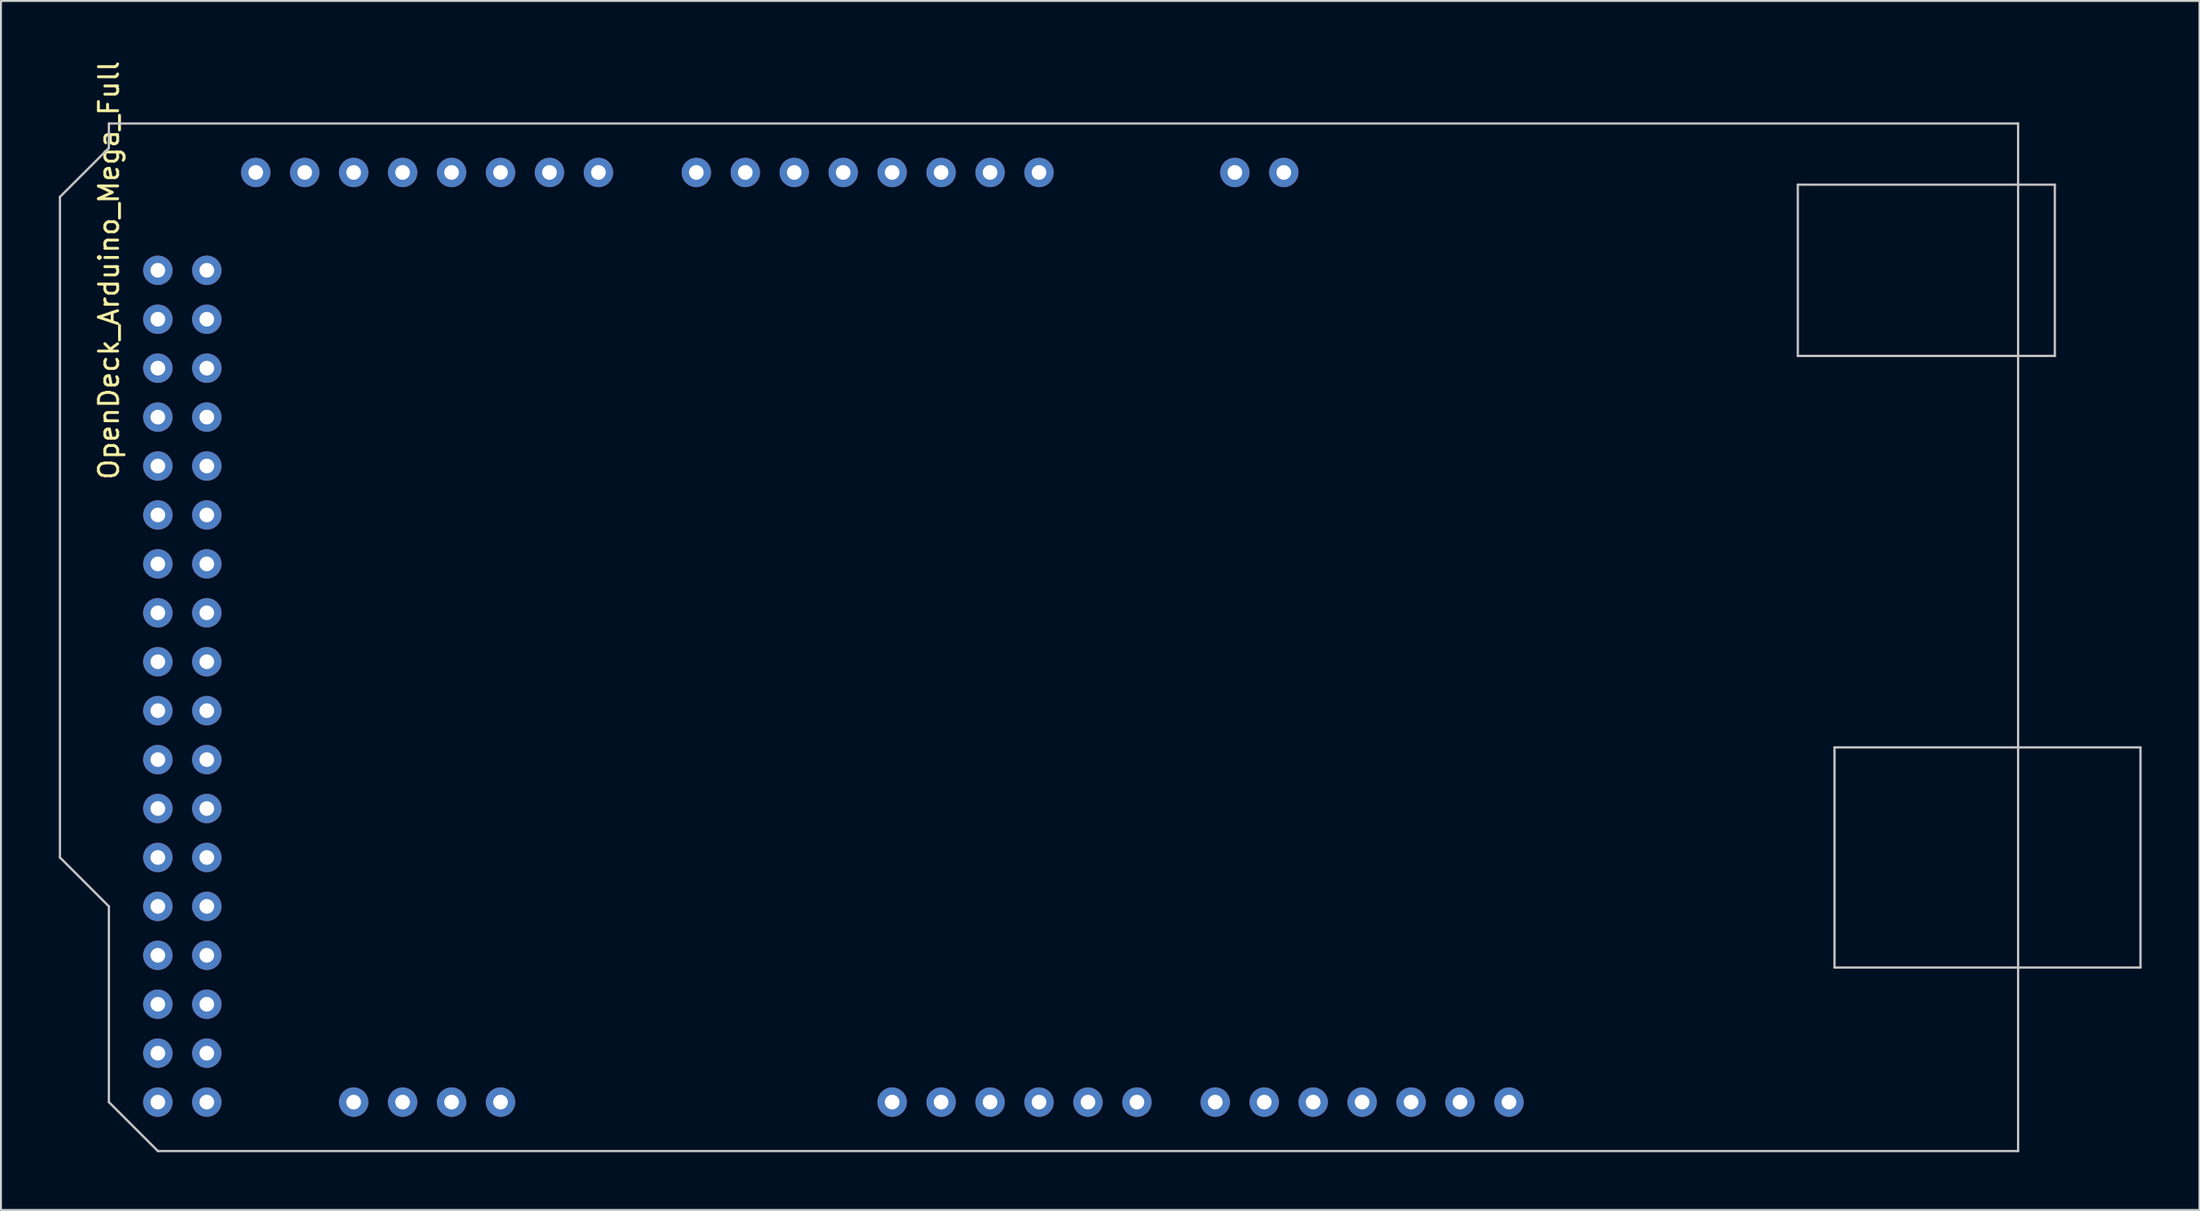
<source format=kicad_pcb>
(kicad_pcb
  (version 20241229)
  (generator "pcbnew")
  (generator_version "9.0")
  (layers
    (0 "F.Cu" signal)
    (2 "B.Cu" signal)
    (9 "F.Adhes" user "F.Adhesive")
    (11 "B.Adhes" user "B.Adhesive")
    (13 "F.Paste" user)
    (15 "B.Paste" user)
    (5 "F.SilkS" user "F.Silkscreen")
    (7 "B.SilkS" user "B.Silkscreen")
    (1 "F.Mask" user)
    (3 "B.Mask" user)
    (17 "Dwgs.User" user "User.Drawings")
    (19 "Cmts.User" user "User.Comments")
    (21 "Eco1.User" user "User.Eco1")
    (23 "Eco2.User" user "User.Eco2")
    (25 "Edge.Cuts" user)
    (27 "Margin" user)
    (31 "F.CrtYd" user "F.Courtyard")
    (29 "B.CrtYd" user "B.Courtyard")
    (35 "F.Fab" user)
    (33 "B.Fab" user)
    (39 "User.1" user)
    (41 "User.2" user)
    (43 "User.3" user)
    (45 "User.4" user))
  (footprint "OpenDeck_Arduino_Mega_Full"
    (layer "F.Cu")
    (at 101.66 3.362)
    (property "Reference" "OpenDeck_Arduino_Mega_Full" (at -99.06 7.62 90) (layer "F.SilkS") (effects (font (size 1 1) (thickness 0.15))))
    (attr through_hole)
    (fp_line (start -101.6 3.81) (end -101.6 38.1) (stroke (width 0.12) (type solid)) (layer "Dwgs.User"))
    (fp_line (start -101.6 38.1) (end -99.06 40.64) (stroke (width 0.12) (type solid)) (layer "Dwgs.User"))
    (fp_line (start -99.06 0) (end -99.06 1.27) (stroke (width 0.12) (type solid)) (layer "Dwgs.User"))
    (fp_line (start -99.06 1.27) (end -101.6 3.81) (stroke (width 0.12) (type solid)) (layer "Dwgs.User"))
    (fp_line (start -99.06 40.64) (end -99.06 50.8) (stroke (width 0.12) (type solid)) (layer "Dwgs.User"))
    (fp_line (start -99.06 50.8) (end -96.52 53.34) (stroke (width 0.12) (type solid)) (layer "Dwgs.User"))
    (fp_line (start -96.52 53.34) (end 0 53.34) (stroke (width 0.12) (type solid)) (layer "Dwgs.User"))
    (fp_line (start -11.43 3.175) (end -11.43 12.065) (stroke (width 0.12) (type solid)) (layer "Dwgs.User"))
    (fp_line (start -11.43 12.065) (end 1.905 12.065) (stroke (width 0.12) (type solid)) (layer "Dwgs.User"))
    (fp_line (start -9.525 43.815) (end -9.525 32.385) (stroke (width 0.12) (type solid)) (layer "Dwgs.User"))
    (fp_line (start 0 0) (end -99.06 0) (stroke (width 0.12) (type solid)) (layer "Dwgs.User"))
    (fp_line (start 0 0) (end 0 53.34) (stroke (width 0.12) (type solid)) (layer "Dwgs.User"))
    (fp_line (start 1.905 3.175) (end -11.43 3.175) (stroke (width 0.12) (type solid)) (layer "Dwgs.User"))
    (fp_line (start 1.905 12.065) (end 1.905 3.175) (stroke (width 0.12) (type solid)) (layer "Dwgs.User"))
    (fp_line (start 6.35 32.385) (end -9.525 32.385) (stroke (width 0.12) (type solid)) (layer "Dwgs.User"))
    (fp_line (start 6.35 32.385) (end 6.35 43.815) (stroke (width 0.12) (type solid)) (layer "Dwgs.User"))
    (fp_line (start 6.35 43.815) (end -9.525 43.815) (stroke (width 0.12) (type solid)) (layer "Dwgs.User"))
    (fp_circle (center -96.52 2.54) (end -95.02 2.54) (stroke (width 0.102) (type solid)) (fill no) (layer "Eco2.User"))
    (fp_circle (center -90.17 50.8) (end -88.67 50.8) (stroke (width 0.102) (type solid)) (fill no) (layer "Eco2.User"))
    (fp_circle (center -66.04 7.62) (end -64.54 7.62) (stroke (width 0.102) (type solid)) (fill no) (layer "Eco2.User"))
    (fp_circle (center -66.04 35.56) (end -64.54 35.56) (stroke (width 0.102) (type solid)) (fill no) (layer "Eco2.User"))
    (fp_circle (center -15.24 50.8) (end -13.74 50.8) (stroke (width 0.102) (type solid)) (fill no) (layer "Eco2.User"))
    (fp_circle (center -13.97 2.54) (end -12.47 2.54) (stroke (width 0.102) (type solid)) (fill no) (layer "Eco2.User"))
    (pad "1" thru_hole circle (at -38.1 2.54) (size 1.524 1.524) (drill 0.762) (layers "*.Cu" "*.Mask"))
    (pad "2" thru_hole circle (at -40.64 2.54) (size 1.524 1.524) (drill 0.762) (layers "*.Cu" "*.Mask"))
    (pad "3" thru_hole circle (at -50.8 2.54) (size 1.524 1.524) (drill 0.762) (layers "*.Cu" "*.Mask"))
    (pad "4" thru_hole circle (at -53.34 2.54) (size 1.524 1.524) (drill 0.762) (layers "*.Cu" "*.Mask"))
    (pad "5" thru_hole circle (at -55.88 2.54) (size 1.524 1.524) (drill 0.762) (layers "*.Cu" "*.Mask"))
    (pad "6" thru_hole circle (at -58.42 2.54) (size 1.524 1.524) (drill 0.762) (layers "*.Cu" "*.Mask"))
    (pad "7" thru_hole circle (at -60.96 2.54) (size 1.524 1.524) (drill 0.762) (layers "*.Cu" "*.Mask"))
    (pad "8" thru_hole circle (at -63.5 2.54) (size 1.524 1.524) (drill 0.762) (layers "*.Cu" "*.Mask"))
    (pad "9" thru_hole circle (at -66.04 2.54) (size 1.524 1.524) (drill 0.762) (layers "*.Cu" "*.Mask"))
    (pad "10" thru_hole circle (at -68.58 2.54) (size 1.524 1.524) (drill 0.762) (layers "*.Cu" "*.Mask"))
    (pad "11" thru_hole circle (at -73.66 2.54) (size 1.524 1.524) (drill 0.762) (layers "*.Cu" "*.Mask"))
    (pad "12" thru_hole circle (at -76.2 2.54) (size 1.524 1.524) (drill 0.762) (layers "*.Cu" "*.Mask"))
    (pad "13" thru_hole circle (at -78.74 2.54) (size 1.524 1.524) (drill 0.762) (layers "*.Cu" "*.Mask"))
    (pad "14" thru_hole circle (at -81.28 2.54) (size 1.524 1.524) (drill 0.762) (layers "*.Cu" "*.Mask"))
    (pad "15" thru_hole circle (at -83.82 2.54) (size 1.524 1.524) (drill 0.762) (layers "*.Cu" "*.Mask"))
    (pad "16" thru_hole circle (at -86.36 2.54) (size 1.524 1.524) (drill 0.762) (layers "*.Cu" "*.Mask"))
    (pad "17" thru_hole circle (at -88.9 2.54) (size 1.524 1.524) (drill 0.762) (layers "*.Cu" "*.Mask"))
    (pad "18" thru_hole circle (at -91.44 2.54) (size 1.524 1.524) (drill 0.762) (layers "*.Cu" "*.Mask"))
    (pad "19" thru_hole circle (at -96.52 7.62) (size 1.524 1.524) (drill 0.762) (layers "*.Cu" "*.Mask"))
    (pad "20" thru_hole circle (at -93.98 7.62) (size 1.524 1.524) (drill 0.762) (layers "*.Cu" "*.Mask"))
    (pad "21" thru_hole circle (at -96.52 10.16) (size 1.524 1.524) (drill 0.762) (layers "*.Cu" "*.Mask"))
    (pad "22" thru_hole circle (at -93.98 10.16) (size 1.524 1.524) (drill 0.762) (layers "*.Cu" "*.Mask"))
    (pad "23" thru_hole circle (at -96.52 12.7) (size 1.524 1.524) (drill 0.762) (layers "*.Cu" "*.Mask"))
    (pad "24" thru_hole circle (at -93.98 12.7) (size 1.524 1.524) (drill 0.762) (layers "*.Cu" "*.Mask"))
    (pad "25" thru_hole circle (at -96.52 15.24) (size 1.524 1.524) (drill 0.762) (layers "*.Cu" "*.Mask"))
    (pad "26" thru_hole circle (at -93.98 15.24) (size 1.524 1.524) (drill 0.762) (layers "*.Cu" "*.Mask"))
    (pad "27" thru_hole circle (at -96.52 17.78) (size 1.524 1.524) (drill 0.762) (layers "*.Cu" "*.Mask"))
    (pad "28" thru_hole circle (at -93.98 17.78) (size 1.524 1.524) (drill 0.762) (layers "*.Cu" "*.Mask"))
    (pad "29" thru_hole circle (at -96.52 20.32) (size 1.524 1.524) (drill 0.762) (layers "*.Cu" "*.Mask"))
    (pad "30" thru_hole circle (at -93.98 20.32) (size 1.524 1.524) (drill 0.762) (layers "*.Cu" "*.Mask"))
    (pad "31" thru_hole circle (at -96.52 22.86) (size 1.524 1.524) (drill 0.762) (layers "*.Cu" "*.Mask"))
    (pad "32" thru_hole circle (at -93.98 22.86) (size 1.524 1.524) (drill 0.762) (layers "*.Cu" "*.Mask"))
    (pad "33" thru_hole circle (at -96.52 25.4) (size 1.524 1.524) (drill 0.762) (layers "*.Cu" "*.Mask"))
    (pad "34" thru_hole circle (at -93.98 25.4) (size 1.524 1.524) (drill 0.762) (layers "*.Cu" "*.Mask"))
    (pad "35" thru_hole circle (at -96.52 27.94) (size 1.524 1.524) (drill 0.762) (layers "*.Cu" "*.Mask"))
    (pad "36" thru_hole circle (at -93.98 27.94) (size 1.524 1.524) (drill 0.762) (layers "*.Cu" "*.Mask"))
    (pad "37" thru_hole circle (at -96.52 30.48) (size 1.524 1.524) (drill 0.762) (layers "*.Cu" "*.Mask"))
    (pad "38" thru_hole circle (at -93.98 30.48) (size 1.524 1.524) (drill 0.762) (layers "*.Cu" "*.Mask"))
    (pad "39" thru_hole circle (at -96.52 33.02) (size 1.524 1.524) (drill 0.762) (layers "*.Cu" "*.Mask"))
    (pad "40" thru_hole circle (at -93.98 33.02) (size 1.524 1.524) (drill 0.762) (layers "*.Cu" "*.Mask"))
    (pad "41" thru_hole circle (at -96.52 35.56) (size 1.524 1.524) (drill 0.762) (layers "*.Cu" "*.Mask"))
    (pad "42" thru_hole circle (at -93.98 35.56) (size 1.524 1.524) (drill 0.762) (layers "*.Cu" "*.Mask"))
    (pad "43" thru_hole circle (at -96.52 38.1) (size 1.524 1.524) (drill 0.762) (layers "*.Cu" "*.Mask"))
    (pad "44" thru_hole circle (at -93.98 38.1) (size 1.524 1.524) (drill 0.762) (layers "*.Cu" "*.Mask"))
    (pad "45" thru_hole circle (at -96.52 40.64) (size 1.524 1.524) (drill 0.762) (layers "*.Cu" "*.Mask"))
    (pad "46" thru_hole circle (at -93.98 40.64) (size 1.524 1.524) (drill 0.762) (layers "*.Cu" "*.Mask"))
    (pad "47" thru_hole circle (at -96.52 43.18) (size 1.524 1.524) (drill 0.762) (layers "*.Cu" "*.Mask"))
    (pad "48" thru_hole circle (at -93.98 43.18) (size 1.524 1.524) (drill 0.762) (layers "*.Cu" "*.Mask"))
    (pad "49" thru_hole circle (at -96.52 45.72) (size 1.524 1.524) (drill 0.762) (layers "*.Cu" "*.Mask"))
    (pad "50" thru_hole circle (at -93.98 45.72) (size 1.524 1.524) (drill 0.762) (layers "*.Cu" "*.Mask"))
    (pad "51" thru_hole circle (at -96.52 48.26) (size 1.524 1.524) (drill 0.762) (layers "*.Cu" "*.Mask"))
    (pad "52" thru_hole circle (at -93.98 48.26) (size 1.524 1.524) (drill 0.762) (layers "*.Cu" "*.Mask"))
    (pad "53" thru_hole circle (at -96.52 50.8) (size 1.524 1.524) (drill 0.762) (layers "*.Cu" "*.Mask"))
    (pad "54" thru_hole circle (at -93.98 50.8) (size 1.524 1.524) (drill 0.762) (layers "*.Cu" "*.Mask"))
    (pad "55" thru_hole circle (at -86.36 50.8) (size 1.524 1.524) (drill 0.762) (layers "*.Cu" "*.Mask"))
    (pad "56" thru_hole circle (at -83.82 50.8) (size 1.524 1.524) (drill 0.762) (layers "*.Cu" "*.Mask"))
    (pad "57" thru_hole circle (at -81.28 50.8) (size 1.524 1.524) (drill 0.762) (layers "*.Cu" "*.Mask"))
    (pad "58" thru_hole circle (at -78.74 50.8) (size 1.524 1.524) (drill 0.762) (layers "*.Cu" "*.Mask"))
    (pad "59" thru_hole circle (at -58.42 50.8) (size 1.524 1.524) (drill 0.762) (layers "*.Cu" "*.Mask"))
    (pad "60" thru_hole circle (at -55.88 50.8) (size 1.524 1.524) (drill 0.762) (layers "*.Cu" "*.Mask"))
    (pad "61" thru_hole circle (at -53.34 50.8) (size 1.524 1.524) (drill 0.762) (layers "*.Cu" "*.Mask"))
    (pad "62" thru_hole circle (at -50.8 50.8) (size 1.524 1.524) (drill 0.762) (layers "*.Cu" "*.Mask"))
    (pad "63" thru_hole circle (at -48.26 50.8) (size 1.524 1.524) (drill 0.762) (layers "*.Cu" "*.Mask"))
    (pad "64" thru_hole circle (at -45.72 50.8) (size 1.524 1.524) (drill 0.762) (layers "*.Cu" "*.Mask"))
    (pad "65" thru_hole circle (at -41.656 50.8) (size 1.524 1.524) (drill 0.762) (layers "*.Cu" "*.Mask"))
    (pad "66" thru_hole circle (at -39.116 50.8) (size 1.524 1.524) (drill 0.762) (layers "*.Cu" "*.Mask"))
    (pad "67" thru_hole circle (at -36.576 50.8) (size 1.524 1.524) (drill 0.762) (layers "*.Cu" "*.Mask"))
    (pad "68" thru_hole circle (at -34.036 50.8) (size 1.524 1.524) (drill 0.762) (layers "*.Cu" "*.Mask"))
    (pad "69" thru_hole circle (at -31.496 50.8) (size 1.524 1.524) (drill 0.762) (layers "*.Cu" "*.Mask"))
    (pad "70" thru_hole circle (at -28.956 50.8) (size 1.524 1.524) (drill 0.762) (layers "*.Cu" "*.Mask"))
    (pad "71" thru_hole circle (at -26.416 50.8) (size 1.524 1.524) (drill 0.762) (layers "*.Cu" "*.Mask")))
  (gr_rect
    (start -3 -3)
    (end 111.07 59.762)
    (stroke (width 0.1) (type default))
    (fill no)
    (layer "Edge.Cuts")))
</source>
